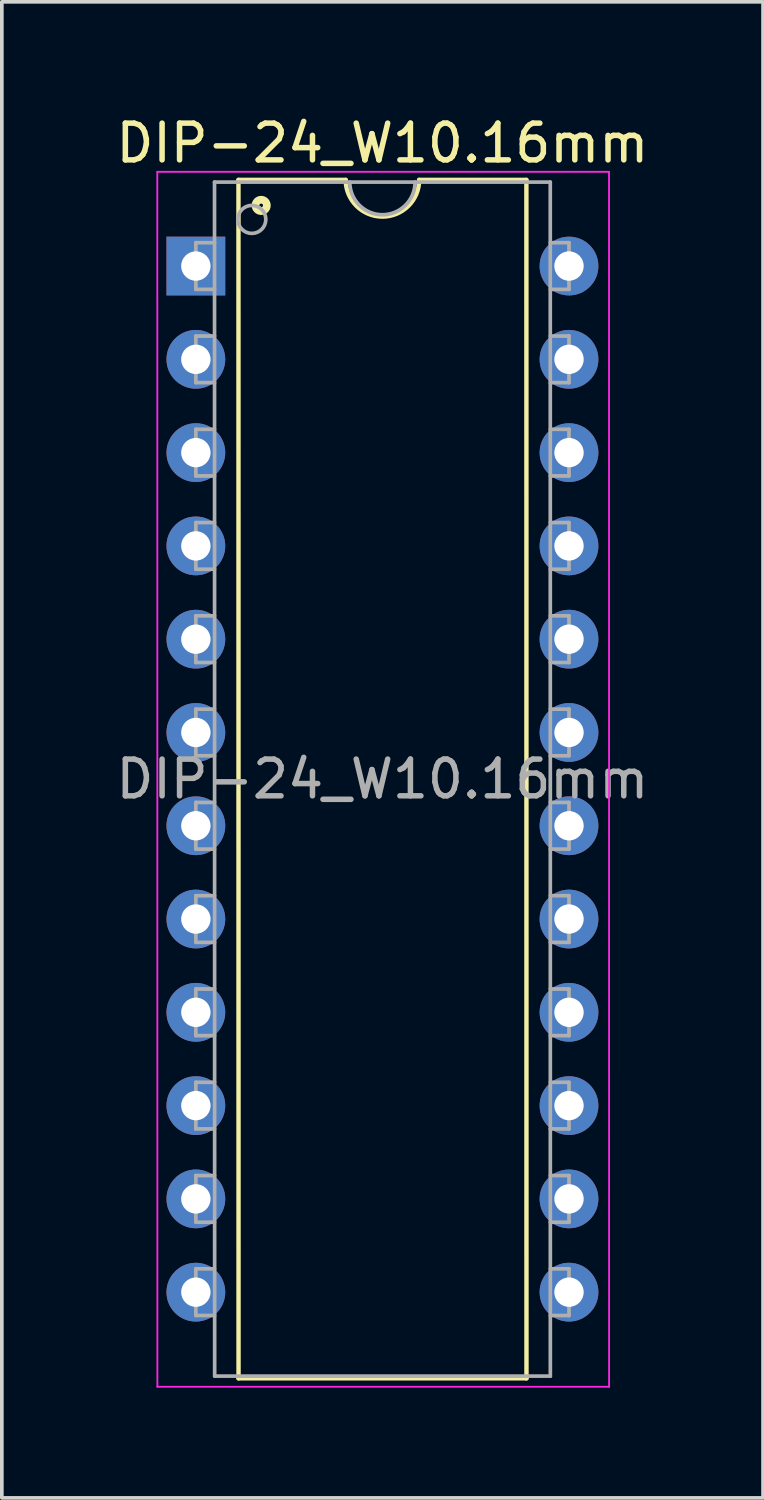
<source format=kicad_pcb>
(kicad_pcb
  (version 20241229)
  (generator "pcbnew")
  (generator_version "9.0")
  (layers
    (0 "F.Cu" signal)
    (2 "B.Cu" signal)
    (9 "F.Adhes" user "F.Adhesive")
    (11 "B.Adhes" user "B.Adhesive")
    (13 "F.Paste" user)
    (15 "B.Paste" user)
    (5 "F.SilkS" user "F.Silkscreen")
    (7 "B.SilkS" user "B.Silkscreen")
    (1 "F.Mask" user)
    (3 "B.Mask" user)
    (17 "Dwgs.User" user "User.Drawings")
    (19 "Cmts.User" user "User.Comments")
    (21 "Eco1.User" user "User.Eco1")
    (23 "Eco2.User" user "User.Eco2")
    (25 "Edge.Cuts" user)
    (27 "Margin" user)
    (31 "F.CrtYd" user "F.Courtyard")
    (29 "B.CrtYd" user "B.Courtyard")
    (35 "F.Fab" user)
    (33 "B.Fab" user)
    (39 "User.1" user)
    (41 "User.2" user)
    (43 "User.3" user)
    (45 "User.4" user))
  (footprint "DIP-24_W10.16mm"
    (layer "F.Cu")
    (at 2.283 4.194)
    (property "Reference" "DIP-24_W10.16mm" (at 5.08 -3.346 0) (layer "F.SilkS") (effects (font (size 1 1) (thickness 0.15))))
    (attr through_hole)
    (fp_line (start 1.16 -2.346) (end 1.162 30.286) (stroke (width 0.12) (type solid)) (layer "F.SilkS"))
    (fp_line (start 1.162 30.286) (end 9.002 30.286) (stroke (width 0.12) (type solid)) (layer "F.SilkS"))
    (fp_line (start 4.08 -2.346) (end 1.16 -2.346) (stroke (width 0.12) (type solid)) (layer "F.SilkS"))
    (fp_line (start 9 -2.346) (end 6.08 -2.346) (stroke (width 0.12) (type solid)) (layer "F.SilkS"))
    (fp_line (start 9.002 30.286) (end 9 -2.346) (stroke (width 0.12) (type solid)) (layer "F.SilkS"))
    (fp_arc (start 6.08 -2.346) (mid 5.08 -1.346) (end 4.08 -2.346) (stroke (width 0.12) (type solid)) (layer "F.SilkS"))
    (fp_circle (center 1.778 -1.651) (end 1.828 -1.651) (stroke (width 0.12) (type solid)) (fill no) (layer "F.SilkS"))
    (fp_circle (center 1.778 -1.651) (end 1.903 -1.651) (stroke (width 0.12) (type solid)) (fill no) (layer "F.SilkS"))
    (fp_circle (center 1.778 -1.651) (end 1.978 -1.651) (stroke (width 0.12) (type solid)) (fill no) (layer "F.SilkS"))
    (fp_line (start -1.05 -2.566) (end -1.048 30.516) (stroke (width 0.05) (type solid)) (layer "F.CrtYd"))
    (fp_line (start -1.048 30.516) (end 11.252 30.516) (stroke (width 0.05) (type solid)) (layer "F.CrtYd"))
    (fp_line (start 11.25 -2.566) (end -1.05 -2.566) (stroke (width 0.05) (type solid)) (layer "F.CrtYd"))
    (fp_line (start 11.252 30.516) (end 11.25 -2.566) (stroke (width 0.05) (type solid)) (layer "F.CrtYd"))
    (fp_line (start 0 -0.635) (end 0 0.635) (stroke (width 0.1) (type solid)) (layer "F.Fab"))
    (fp_line (start 0 -0.635) (end 0.508 -0.635) (stroke (width 0.1) (type solid)) (layer "F.Fab"))
    (fp_line (start 0 0.635) (end 0.508 0.635) (stroke (width 0.1) (type solid)) (layer "F.Fab"))
    (fp_line (start 0 1.905) (end 0 3.175) (stroke (width 0.1) (type solid)) (layer "F.Fab"))
    (fp_line (start 0 1.905) (end 0.508 1.905) (stroke (width 0.1) (type solid)) (layer "F.Fab"))
    (fp_line (start 0 3.175) (end 0.508 3.175) (stroke (width 0.1) (type solid)) (layer "F.Fab"))
    (fp_line (start 0 4.445) (end 0 5.715) (stroke (width 0.1) (type solid)) (layer "F.Fab"))
    (fp_line (start 0 4.445) (end 0.508 4.445) (stroke (width 0.1) (type solid)) (layer "F.Fab"))
    (fp_line (start 0 5.715) (end 0.508 5.715) (stroke (width 0.1) (type solid)) (layer "F.Fab"))
    (fp_line (start 0 6.985) (end 0 8.255) (stroke (width 0.1) (type solid)) (layer "F.Fab"))
    (fp_line (start 0 6.985) (end 0.508 6.985) (stroke (width 0.1) (type solid)) (layer "F.Fab"))
    (fp_line (start 0 8.255) (end 0.508 8.255) (stroke (width 0.1) (type solid)) (layer "F.Fab"))
    (fp_line (start 0 9.525) (end 0 10.795) (stroke (width 0.1) (type solid)) (layer "F.Fab"))
    (fp_line (start 0 9.525) (end 0.508 9.525) (stroke (width 0.1) (type solid)) (layer "F.Fab"))
    (fp_line (start 0 10.795) (end 0.508 10.795) (stroke (width 0.1) (type solid)) (layer "F.Fab"))
    (fp_line (start 0 12.065) (end 0 13.335) (stroke (width 0.1) (type solid)) (layer "F.Fab"))
    (fp_line (start 0 12.065) (end 0.508 12.065) (stroke (width 0.1) (type solid)) (layer "F.Fab"))
    (fp_line (start 0 13.335) (end 0.508 13.335) (stroke (width 0.1) (type solid)) (layer "F.Fab"))
    (fp_line (start 0 14.605) (end 0 15.875) (stroke (width 0.1) (type solid)) (layer "F.Fab"))
    (fp_line (start 0 14.605) (end 0.508 14.605) (stroke (width 0.1) (type solid)) (layer "F.Fab"))
    (fp_line (start 0 15.875) (end 0.508 15.875) (stroke (width 0.1) (type solid)) (layer "F.Fab"))
    (fp_line (start 0 17.145) (end 0 18.415) (stroke (width 0.1) (type solid)) (layer "F.Fab"))
    (fp_line (start 0 17.145) (end 0.508 17.145) (stroke (width 0.1) (type solid)) (layer "F.Fab"))
    (fp_line (start 0 18.415) (end 0.508 18.415) (stroke (width 0.1) (type solid)) (layer "F.Fab"))
    (fp_line (start 0 19.685) (end 0 20.955) (stroke (width 0.1) (type solid)) (layer "F.Fab"))
    (fp_line (start 0 19.685) (end 0.508 19.685) (stroke (width 0.1) (type solid)) (layer "F.Fab"))
    (fp_line (start 0 20.955) (end 0.508 20.955) (stroke (width 0.1) (type solid)) (layer "F.Fab"))
    (fp_line (start 0 22.225) (end 0 23.495) (stroke (width 0.1) (type solid)) (layer "F.Fab"))
    (fp_line (start 0 22.225) (end 0.508 22.225) (stroke (width 0.1) (type solid)) (layer "F.Fab"))
    (fp_line (start 0 23.495) (end 0.508 23.495) (stroke (width 0.1) (type solid)) (layer "F.Fab"))
    (fp_line (start 0 24.765) (end 0 26.035) (stroke (width 0.1) (type solid)) (layer "F.Fab"))
    (fp_line (start 0 24.765) (end 0.508 24.765) (stroke (width 0.1) (type solid)) (layer "F.Fab"))
    (fp_line (start 0 26.035) (end 0.508 26.035) (stroke (width 0.1) (type solid)) (layer "F.Fab"))
    (fp_line (start 0 27.305) (end 0 28.575) (stroke (width 0.1) (type solid)) (layer "F.Fab"))
    (fp_line (start 0 27.305) (end 0.508 27.305) (stroke (width 0.1) (type solid)) (layer "F.Fab"))
    (fp_line (start 0 28.575) (end 0.508 28.575) (stroke (width 0.1) (type solid)) (layer "F.Fab"))
    (fp_line (start 0.508 -2.286) (end 9.65 -2.286) (stroke (width 0.1) (type solid)) (layer "F.Fab"))
    (fp_line (start 0.512 30.226) (end 0.508 -2.286) (stroke (width 0.1) (type solid)) (layer "F.Fab"))
    (fp_line (start 9.65 -2.286) (end 9.652 30.226) (stroke (width 0.1) (type solid)) (layer "F.Fab"))
    (fp_line (start 9.652 30.226) (end 0.512 30.226) (stroke (width 0.1) (type solid)) (layer "F.Fab"))
    (fp_line (start 10.16 -0.635) (end 9.652 -0.635) (stroke (width 0.1) (type solid)) (layer "F.Fab"))
    (fp_line (start 10.16 0.635) (end 9.652 0.635) (stroke (width 0.1) (type solid)) (layer "F.Fab"))
    (fp_line (start 10.16 0.635) (end 10.16 -0.635) (stroke (width 0.1) (type solid)) (layer "F.Fab"))
    (fp_line (start 10.16 1.905) (end 9.652 1.905) (stroke (width 0.1) (type solid)) (layer "F.Fab"))
    (fp_line (start 10.16 3.175) (end 9.652 3.175) (stroke (width 0.1) (type solid)) (layer "F.Fab"))
    (fp_line (start 10.16 3.175) (end 10.16 1.905) (stroke (width 0.1) (type solid)) (layer "F.Fab"))
    (fp_line (start 10.16 4.445) (end 9.652 4.445) (stroke (width 0.1) (type solid)) (layer "F.Fab"))
    (fp_line (start 10.16 5.715) (end 9.652 5.715) (stroke (width 0.1) (type solid)) (layer "F.Fab"))
    (fp_line (start 10.16 5.715) (end 10.16 4.445) (stroke (width 0.1) (type solid)) (layer "F.Fab"))
    (fp_line (start 10.16 6.985) (end 9.652 6.985) (stroke (width 0.1) (type solid)) (layer "F.Fab"))
    (fp_line (start 10.16 8.255) (end 9.652 8.255) (stroke (width 0.1) (type solid)) (layer "F.Fab"))
    (fp_line (start 10.16 8.255) (end 10.16 6.985) (stroke (width 0.1) (type solid)) (layer "F.Fab"))
    (fp_line (start 10.16 9.525) (end 9.652 9.525) (stroke (width 0.1) (type solid)) (layer "F.Fab"))
    (fp_line (start 10.16 10.795) (end 9.652 10.795) (stroke (width 0.1) (type solid)) (layer "F.Fab"))
    (fp_line (start 10.16 10.795) (end 10.16 9.525) (stroke (width 0.1) (type solid)) (layer "F.Fab"))
    (fp_line (start 10.16 12.065) (end 9.652 12.065) (stroke (width 0.1) (type solid)) (layer "F.Fab"))
    (fp_line (start 10.16 13.335) (end 9.652 13.335) (stroke (width 0.1) (type solid)) (layer "F.Fab"))
    (fp_line (start 10.16 13.335) (end 10.16 12.065) (stroke (width 0.1) (type solid)) (layer "F.Fab"))
    (fp_line (start 10.16 14.605) (end 9.652 14.605) (stroke (width 0.1) (type solid)) (layer "F.Fab"))
    (fp_line (start 10.16 15.875) (end 9.652 15.875) (stroke (width 0.1) (type solid)) (layer "F.Fab"))
    (fp_line (start 10.16 15.875) (end 10.16 14.605) (stroke (width 0.1) (type solid)) (layer "F.Fab"))
    (fp_line (start 10.16 17.145) (end 9.652 17.145) (stroke (width 0.1) (type solid)) (layer "F.Fab"))
    (fp_line (start 10.16 18.415) (end 9.652 18.415) (stroke (width 0.1) (type solid)) (layer "F.Fab"))
    (fp_line (start 10.16 18.415) (end 10.16 17.145) (stroke (width 0.1) (type solid)) (layer "F.Fab"))
    (fp_line (start 10.16 19.685) (end 9.652 19.685) (stroke (width 0.1) (type solid)) (layer "F.Fab"))
    (fp_line (start 10.16 20.955) (end 9.652 20.955) (stroke (width 0.1) (type solid)) (layer "F.Fab"))
    (fp_line (start 10.16 20.955) (end 10.16 19.685) (stroke (width 0.1) (type solid)) (layer "F.Fab"))
    (fp_line (start 10.16 22.225) (end 9.652 22.225) (stroke (width 0.1) (type solid)) (layer "F.Fab"))
    (fp_line (start 10.16 23.495) (end 9.652 23.495) (stroke (width 0.1) (type solid)) (layer "F.Fab"))
    (fp_line (start 10.16 23.495) (end 10.16 22.225) (stroke (width 0.1) (type solid)) (layer "F.Fab"))
    (fp_line (start 10.16 24.765) (end 9.652 24.765) (stroke (width 0.1) (type solid)) (layer "F.Fab"))
    (fp_line (start 10.16 26.035) (end 9.652 26.035) (stroke (width 0.1) (type solid)) (layer "F.Fab"))
    (fp_line (start 10.16 26.035) (end 10.16 24.765) (stroke (width 0.1) (type solid)) (layer "F.Fab"))
    (fp_line (start 10.16 27.305) (end 9.652 27.305) (stroke (width 0.1) (type solid)) (layer "F.Fab"))
    (fp_line (start 10.16 28.575) (end 9.652 28.575) (stroke (width 0.1) (type solid)) (layer "F.Fab"))
    (fp_line (start 10.16 28.575) (end 10.16 27.305) (stroke (width 0.1) (type solid)) (layer "F.Fab"))
    (fp_arc (start 5.969 -2.286) (mid 5.08 -1.397) (end 4.191 -2.286) (stroke (width 0.1) (type solid)) (layer "F.Fab"))
    (fp_circle (center 1.524 -1.27) (end 1.905 -1.27) (stroke (width 0.1) (type solid)) (fill no) (layer "F.Fab"))
    (fp_text user "${REFERENCE}" (at 5.08 13.97 0) (layer "F.Fab") (effects (font (size 1 1) (thickness 0.15))))
    (pad "1" thru_hole rect (at 0 0) (size 1.6 1.6) (drill 0.8) (layers "*.Cu" "*.Mask"))
    (pad "2" thru_hole oval (at 0 2.54) (size 1.6 1.6) (drill 0.8) (layers "*.Cu" "*.Mask"))
    (pad "3" thru_hole oval (at 0 5.08) (size 1.6 1.6) (drill 0.8) (layers "*.Cu" "*.Mask"))
    (pad "4" thru_hole oval (at 0 7.62) (size 1.6 1.6) (drill 0.8) (layers "*.Cu" "*.Mask"))
    (pad "5" thru_hole oval (at 0 10.16) (size 1.6 1.6) (drill 0.8) (layers "*.Cu" "*.Mask"))
    (pad "6" thru_hole oval (at 0 12.7) (size 1.6 1.6) (drill 0.8) (layers "*.Cu" "*.Mask"))
    (pad "7" thru_hole oval (at 0 15.24) (size 1.6 1.6) (drill 0.8) (layers "*.Cu" "*.Mask"))
    (pad "8" thru_hole oval (at 0 17.78) (size 1.6 1.6) (drill 0.8) (layers "*.Cu" "*.Mask"))
    (pad "9" thru_hole oval (at 0 20.32) (size 1.6 1.6) (drill 0.8) (layers "*.Cu" "*.Mask"))
    (pad "10" thru_hole oval (at 0 22.86) (size 1.6 1.6) (drill 0.8) (layers "*.Cu" "*.Mask"))
    (pad "11" thru_hole oval (at 0 25.4) (size 1.6 1.6) (drill 0.8) (layers "*.Cu" "*.Mask"))
    (pad "12" thru_hole oval (at 0 27.94) (size 1.6 1.6) (drill 0.8) (layers "*.Cu" "*.Mask"))
    (pad "13" thru_hole oval (at 10.16 27.94) (size 1.6 1.6) (drill 0.8) (layers "*.Cu" "*.Mask"))
    (pad "14" thru_hole oval (at 10.16 25.4) (size 1.6 1.6) (drill 0.8) (layers "*.Cu" "*.Mask"))
    (pad "15" thru_hole oval (at 10.16 22.86) (size 1.6 1.6) (drill 0.8) (layers "*.Cu" "*.Mask"))
    (pad "16" thru_hole oval (at 10.16 20.32) (size 1.6 1.6) (drill 0.8) (layers "*.Cu" "*.Mask"))
    (pad "17" thru_hole oval (at 10.16 17.78) (size 1.6 1.6) (drill 0.8) (layers "*.Cu" "*.Mask"))
    (pad "18" thru_hole oval (at 10.16 15.24) (size 1.6 1.6) (drill 0.8) (layers "*.Cu" "*.Mask"))
    (pad "19" thru_hole oval (at 10.16 12.7) (size 1.6 1.6) (drill 0.8) (layers "*.Cu" "*.Mask"))
    (pad "20" thru_hole oval (at 10.16 10.16) (size 1.6 1.6) (drill 0.8) (layers "*.Cu" "*.Mask"))
    (pad "21" thru_hole oval (at 10.16 7.62) (size 1.6 1.6) (drill 0.8) (layers "*.Cu" "*.Mask"))
    (pad "22" thru_hole oval (at 10.16 5.08) (size 1.6 1.6) (drill 0.8) (layers "*.Cu" "*.Mask"))
    (pad "23" thru_hole oval (at 10.16 2.54) (size 1.6 1.6) (drill 0.8) (layers "*.Cu" "*.Mask"))
    (pad "24" thru_hole oval (at 10.16 0) (size 1.6 1.6) (drill 0.8) (layers "*.Cu" "*.Mask")))
  (gr_rect
    (start -3 -3)
    (end 17.726 37.735)
    (stroke (width 0.1) (type default))
    (fill no)
    (layer "Edge.Cuts")))
</source>
